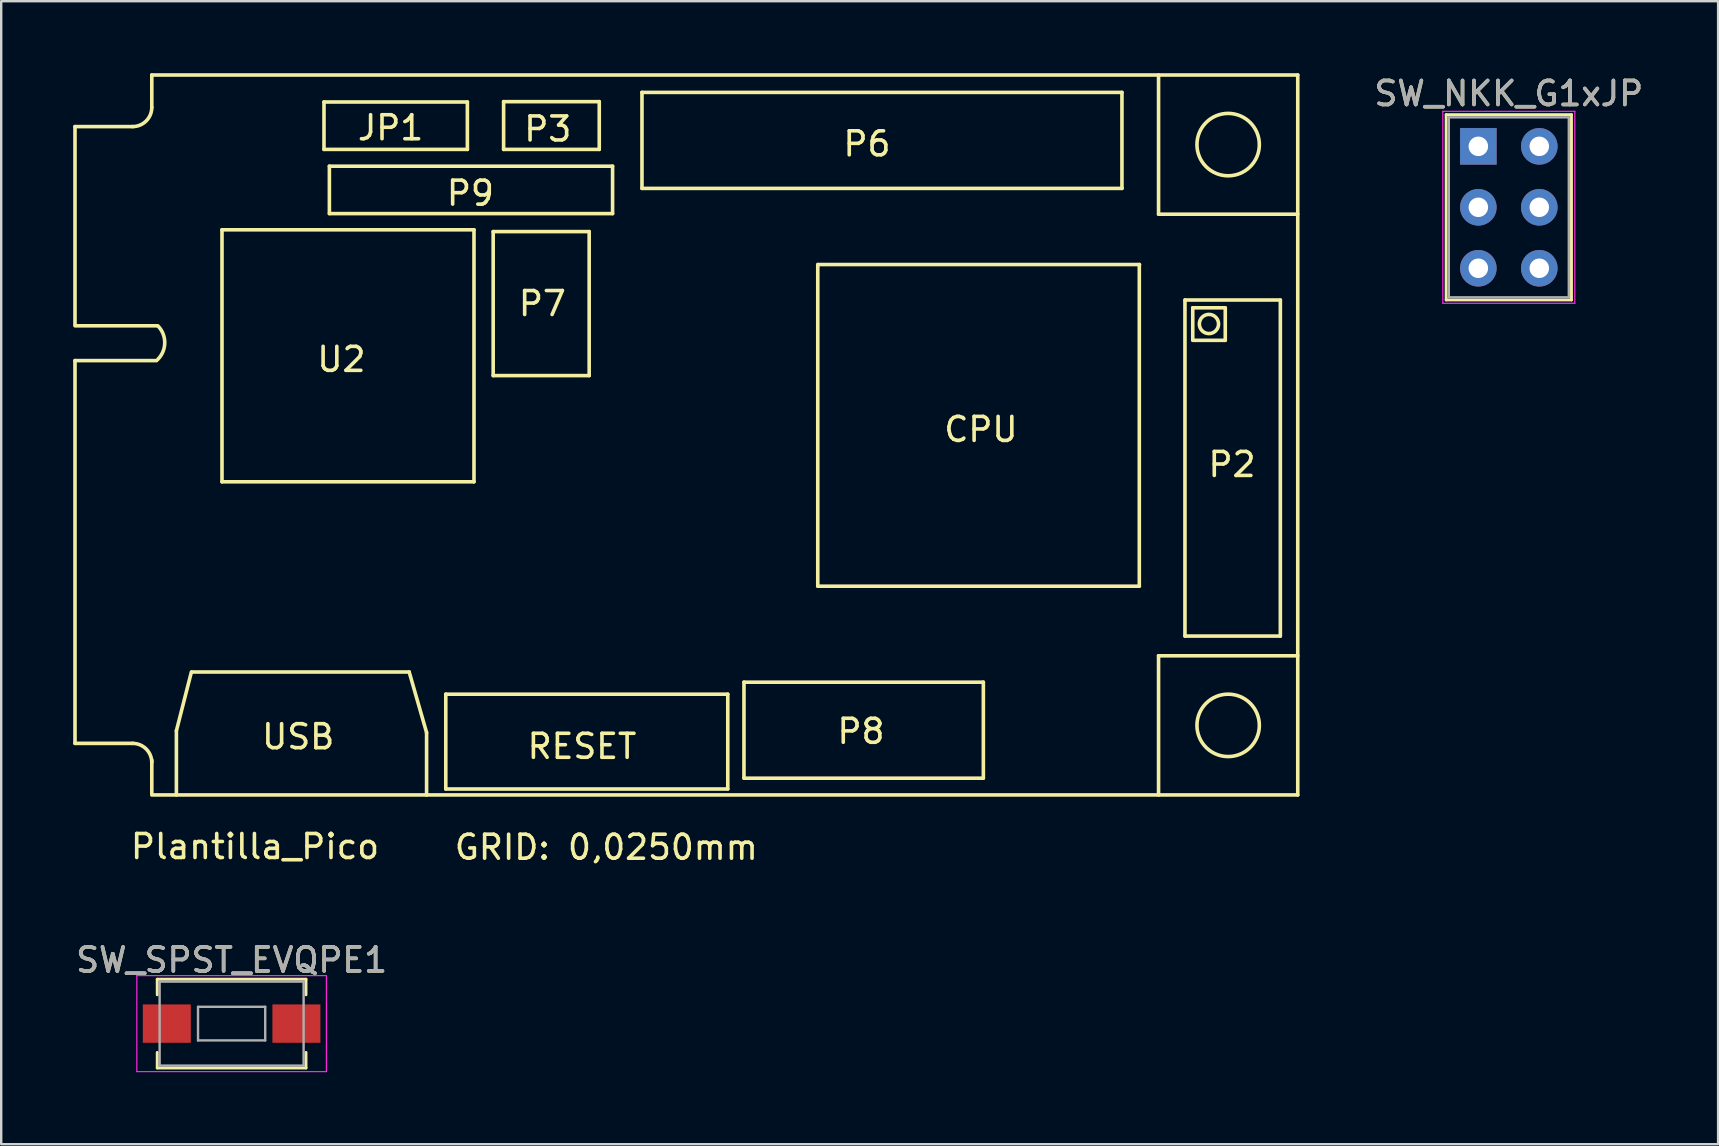
<source format=kicad_pcb>
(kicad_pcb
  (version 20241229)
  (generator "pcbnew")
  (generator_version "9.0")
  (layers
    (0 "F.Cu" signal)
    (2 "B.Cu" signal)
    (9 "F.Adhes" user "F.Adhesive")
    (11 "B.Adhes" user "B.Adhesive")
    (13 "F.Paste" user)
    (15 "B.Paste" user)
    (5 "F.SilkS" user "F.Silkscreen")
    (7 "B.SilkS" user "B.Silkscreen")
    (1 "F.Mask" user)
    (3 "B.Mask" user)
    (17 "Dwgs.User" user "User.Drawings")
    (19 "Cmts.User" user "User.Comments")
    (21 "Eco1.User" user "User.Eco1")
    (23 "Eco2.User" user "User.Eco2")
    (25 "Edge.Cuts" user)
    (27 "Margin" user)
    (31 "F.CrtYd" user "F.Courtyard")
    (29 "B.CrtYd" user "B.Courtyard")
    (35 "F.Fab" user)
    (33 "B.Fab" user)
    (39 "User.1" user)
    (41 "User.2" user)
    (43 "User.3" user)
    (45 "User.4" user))
  (footprint "Plantilla_Pico"
    (layer "F.Cu")
    (at 47.265 10.455)
    (property "Reference" "Plantilla_Pico" (at -39.69 21.77 0) (layer "F.SilkS") (effects (font (size 1 1) (thickness 0.15))))
    (attr through_hole)
    (fp_line (start -47.19 -8.23) (end -44.79 -8.23) (stroke (width 0.15) (type solid)) (layer "F.SilkS"))
    (fp_line (start -47.19 0.02) (end -47.19 -8.23) (stroke (width 0.15) (type solid)) (layer "F.SilkS"))
    (fp_line (start -47.19 0.07) (end -43.79 0.07) (stroke (width 0.15) (type solid)) (layer "F.SilkS"))
    (fp_line (start -47.19 1.52) (end -43.79 1.52) (stroke (width 0.15) (type solid)) (layer "F.SilkS"))
    (fp_line (start -47.19 17.47) (end -47.19 1.52) (stroke (width 0.15) (type solid)) (layer "F.SilkS"))
    (fp_line (start -47.19 17.47) (end -44.79 17.47) (stroke (width 0.15) (type solid)) (layer "F.SilkS"))
    (fp_line (start -43.99 -10.38) (end 3.76 -10.38) (stroke (width 0.15) (type solid)) (layer "F.SilkS"))
    (fp_line (start -43.99 -9.03) (end -43.99 -10.38) (stroke (width 0.15) (type solid)) (layer "F.SilkS"))
    (fp_line (start -43.99 19.57) (end -43.99 18.17) (stroke (width 0.15) (type solid)) (layer "F.SilkS"))
    (fp_line (start -42.965 19.62) (end -42.965 16.945) (stroke (width 0.15) (type solid)) (layer "F.SilkS"))
    (fp_line (start -42.34 14.495) (end -42.965 16.945) (stroke (width 0.15) (type solid)) (layer "F.SilkS"))
    (fp_line (start -42.315 14.495) (end -33.265 14.495) (stroke (width 0.15) (type solid)) (layer "F.SilkS"))
    (fp_line (start -41.065 -3.93) (end -41.065 6.57) (stroke (width 0.15) (type solid)) (layer "F.SilkS"))
    (fp_line (start -41.065 -3.93) (end -30.565 -3.93) (stroke (width 0.15) (type solid)) (layer "F.SilkS"))
    (fp_line (start -41.065 6.57) (end -30.565 6.57) (stroke (width 0.15) (type solid)) (layer "F.SilkS"))
    (fp_line (start -36.815 -9.255) (end -36.815 -7.28) (stroke (width 0.15) (type solid)) (layer "F.SilkS"))
    (fp_line (start -36.815 -9.255) (end -30.84 -9.255) (stroke (width 0.15) (type solid)) (layer "F.SilkS"))
    (fp_line (start -36.815 -7.28) (end -30.84 -7.28) (stroke (width 0.15) (type solid)) (layer "F.SilkS"))
    (fp_line (start -36.59 -6.58) (end -36.59 -4.605) (stroke (width 0.15) (type solid)) (layer "F.SilkS"))
    (fp_line (start -36.59 -6.58) (end -24.79 -6.58) (stroke (width 0.15) (type solid)) (layer "F.SilkS"))
    (fp_line (start -33.265 14.495) (end -32.54 17.02) (stroke (width 0.15) (type solid)) (layer "F.SilkS"))
    (fp_line (start -32.54 17.02) (end -32.54 19.62) (stroke (width 0.15) (type solid)) (layer "F.SilkS"))
    (fp_line (start -31.74 15.42) (end -31.74 19.37) (stroke (width 0.15) (type solid)) (layer "F.SilkS"))
    (fp_line (start -31.74 15.42) (end -19.99 15.42) (stroke (width 0.15) (type solid)) (layer "F.SilkS"))
    (fp_line (start -31.74 19.37) (end -19.99 19.37) (stroke (width 0.15) (type solid)) (layer "F.SilkS"))
    (fp_line (start -30.84 -9.255) (end -30.84 -7.28) (stroke (width 0.15) (type solid)) (layer "F.SilkS"))
    (fp_line (start -30.565 -3.93) (end -30.565 6.57) (stroke (width 0.15) (type solid)) (layer "F.SilkS"))
    (fp_line (start -29.765 -3.855) (end -25.765 -3.855) (stroke (width 0.15) (type solid)) (layer "F.SilkS"))
    (fp_line (start -29.765 2.145) (end -29.765 -3.855) (stroke (width 0.15) (type solid)) (layer "F.SilkS"))
    (fp_line (start -29.765 2.145) (end -25.765 2.145) (stroke (width 0.15) (type solid)) (layer "F.SilkS"))
    (fp_line (start -29.33 -9.27) (end -29.33 -7.28) (stroke (width 0.15) (type solid)) (layer "F.SilkS"))
    (fp_line (start -29.33 -9.27) (end -25.345 -9.27) (stroke (width 0.15) (type solid)) (layer "F.SilkS"))
    (fp_line (start -29.33 -7.28) (end -25.345 -7.28) (stroke (width 0.15) (type solid)) (layer "F.SilkS"))
    (fp_line (start -25.765 2.145) (end -25.765 -3.855) (stroke (width 0.15) (type solid)) (layer "F.SilkS"))
    (fp_line (start -25.345 -9.27) (end -25.345 -7.28) (stroke (width 0.15) (type solid)) (layer "F.SilkS"))
    (fp_line (start -24.79 -6.58) (end -24.79 -4.605) (stroke (width 0.15) (type solid)) (layer "F.SilkS"))
    (fp_line (start -24.79 -4.605) (end -36.59 -4.605) (stroke (width 0.15) (type solid)) (layer "F.SilkS"))
    (fp_line (start -23.569 -9.655) (end -3.565 -9.655) (stroke (width 0.15) (type solid)) (layer "F.SilkS"))
    (fp_line (start -23.565 -9.655) (end -23.565 -5.655) (stroke (width 0.15) (type solid)) (layer "F.SilkS"))
    (fp_line (start -19.99 15.42) (end -19.99 19.37) (stroke (width 0.15) (type solid)) (layer "F.SilkS"))
    (fp_line (start -19.315 14.92) (end -19.315 18.92) (stroke (width 0.15) (type solid)) (layer "F.SilkS"))
    (fp_line (start -19.315 14.92) (end -9.34 14.92) (stroke (width 0.15) (type solid)) (layer "F.SilkS"))
    (fp_line (start -16.24 -2.48) (end -16.24 10.92) (stroke (width 0.15) (type solid)) (layer "F.SilkS"))
    (fp_line (start -16.233 -2.482) (end -2.833 -2.482) (stroke (width 0.15) (type solid)) (layer "F.SilkS"))
    (fp_line (start -9.34 18.92) (end -19.315 18.92) (stroke (width 0.15) (type solid)) (layer "F.SilkS"))
    (fp_line (start -9.34 18.92) (end -9.34 14.92) (stroke (width 0.15) (type solid)) (layer "F.SilkS"))
    (fp_line (start -3.565 -5.655) (end -3.565 -9.655) (stroke (width 0.15) (type solid)) (layer "F.SilkS"))
    (fp_line (start -3.561 -5.655) (end -23.565 -5.655) (stroke (width 0.15) (type solid)) (layer "F.SilkS"))
    (fp_line (start -2.842 10.918) (end -2.842 -2.482) (stroke (width 0.15) (type solid)) (layer "F.SilkS"))
    (fp_line (start -2.84 10.92) (end -16.24 10.92) (stroke (width 0.15) (type solid)) (layer "F.SilkS"))
    (fp_line (start -2.04 -4.58) (end -2.04 -10.38) (stroke (width 0.15) (type solid)) (layer "F.SilkS"))
    (fp_line (start -2.04 -4.58) (end 3.76 -4.58) (stroke (width 0.15) (type solid)) (layer "F.SilkS"))
    (fp_line (start -2.04 13.82) (end -2.04 19.62) (stroke (width 0.15) (type solid)) (layer "F.SilkS"))
    (fp_line (start -2.04 13.82) (end 3.76 13.82) (stroke (width 0.15) (type solid)) (layer "F.SilkS"))
    (fp_line (start -0.94 -1.005) (end -0.94 12.995) (stroke (width 0.15) (type solid)) (layer "F.SilkS"))
    (fp_line (start -0.935 -1.005) (end 3.035 -1.005) (stroke (width 0.15) (type solid)) (layer "F.SilkS"))
    (fp_line (start -0.615 -0.68) (end -0.615 0.67) (stroke (width 0.15) (type solid)) (layer "F.SilkS"))
    (fp_line (start -0.615 -0.68) (end 0.735 -0.68) (stroke (width 0.15) (type solid)) (layer "F.SilkS"))
    (fp_line (start 0.74 0.675) (end -0.61 0.675) (stroke (width 0.15) (type solid)) (layer "F.SilkS"))
    (fp_line (start 0.74 0.675) (end 0.74 -0.675) (stroke (width 0.15) (type solid)) (layer "F.SilkS"))
    (fp_line (start 3.03 13) (end -0.94 13) (stroke (width 0.15) (type solid)) (layer "F.SilkS"))
    (fp_line (start 3.035 13) (end 3.035 -1) (stroke (width 0.15) (type solid)) (layer "F.SilkS"))
    (fp_line (start 3.76 19.62) (end -43.99 19.62) (stroke (width 0.15) (type solid)) (layer "F.SilkS"))
    (fp_line (start 3.76 19.62) (end 3.76 -10.38) (stroke (width 0.15) (type solid)) (layer "F.SilkS"))
    (fp_arc (start -44.79 17.47) (mid -44.224315 17.704315) (end -43.99 18.27) (stroke (width 0.15) (type solid)) (layer "F.SilkS"))
    (fp_arc (start -43.99 -9.03) (mid -44.224315 -8.464315) (end -44.79 -8.23) (stroke (width 0.15) (type solid)) (layer "F.SilkS"))
    (fp_arc (start -43.74 0.07) (mid -43.450051 0.77) (end -43.74 1.47) (stroke (width 0.15) (type solid)) (layer "F.SilkS"))
    (fp_circle (center 0.06 -0.005) (end 0.46 -0.005) (stroke (width 0.15) (type solid)) (fill no) (layer "F.SilkS"))
    (fp_circle (center 0.86 -7.48) (end 2.16 -7.48) (stroke (width 0.15) (type solid)) (fill no) (layer "F.SilkS"))
    (fp_circle (center 0.86 16.72) (end 2.16 16.72) (stroke (width 0.15) (type solid)) (fill no) (layer "F.SilkS"))
    (fp_text user "P2" (at 1.02 5.85 0) (layer "F.SilkS") (effects (font (size 1 1) (thickness 0.15))))
    (fp_text user "USB" (at -37.89 17.195 0) (layer "F.SilkS") (effects (font (size 1 1) (thickness 0.15))))
    (fp_text user "P7" (at -27.715 -0.855 0) (layer "F.SilkS") (effects (font (size 1 1) (thickness 0.15))))
    (fp_text user "P8" (at -14.44 16.97 0) (layer "F.SilkS") (effects (font (size 1 1) (thickness 0.15))))
    (fp_text user "CPU" (at -9.44 4.39 0) (layer "F.SilkS") (effects (font (size 1 1) (thickness 0.15))))
    (fp_text user "RESET" (at -26.065 17.595 0) (layer "F.SilkS") (effects (font (size 1 1) (thickness 0.15))))
    (fp_text user "JP1" (at -34.04 -8.18 0) (layer "F.SilkS") (effects (font (size 1 1) (thickness 0.15))))
    (fp_text user "P6" (at -14.19 -7.51 0) (layer "F.SilkS") (effects (font (size 1 1) (thickness 0.15))))
    (fp_text user "U2" (at -36.09 1.47 0) (layer "F.SilkS") (effects (font (size 1 1) (thickness 0.15))))
    (fp_text user "P9" (at -30.715 -5.455 0) (layer "F.SilkS") (effects (font (size 1 1) (thickness 0.15))))
    (fp_text user "GRID: 0,0250mm" (at -25.05 21.8 0) (layer "F.SilkS") (effects (font (size 1 1) (thickness 0.15))))
    (fp_text user "P3" (at -27.49 -8.13 0) (layer "F.SilkS") (effects (font (size 1 1) (thickness 0.15)))))
  (footprint "SW_SPST_EVQPE1"
    (layer "F.Cu")
    (at 6.601 39.602)
    (property "Reference" "SW_SPST_EVQPE1" (at 0 -2.65 0) (layer "F.SilkS") (effects (font (size 1 1) (thickness 0.15))))
    (attr smd)
    (fp_line (start -3.1 -1.85) (end -3.1 -1.2) (stroke (width 0.12) (type solid)) (layer "F.SilkS"))
    (fp_line (start -3.1 1.2) (end -3.1 1.85) (stroke (width 0.12) (type solid)) (layer "F.SilkS"))
    (fp_line (start -3.1 1.85) (end 3.1 1.85) (stroke (width 0.12) (type solid)) (layer "F.SilkS"))
    (fp_line (start 3.1 -1.85) (end -3.1 -1.85) (stroke (width 0.12) (type solid)) (layer "F.SilkS"))
    (fp_line (start 3.1 -1.85) (end 3.1 -1.2) (stroke (width 0.12) (type solid)) (layer "F.SilkS"))
    (fp_line (start 3.1 1.85) (end 3.1 1.2) (stroke (width 0.12) (type solid)) (layer "F.SilkS"))
    (fp_line (start -3.95 -2) (end 3.95 -2) (stroke (width 0.05) (type solid)) (layer "F.CrtYd"))
    (fp_line (start -3.95 2) (end -3.95 -2) (stroke (width 0.05) (type solid)) (layer "F.CrtYd"))
    (fp_line (start 3.95 -2) (end 3.95 2) (stroke (width 0.05) (type solid)) (layer "F.CrtYd"))
    (fp_line (start 3.95 2) (end -3.95 2) (stroke (width 0.05) (type solid)) (layer "F.CrtYd"))
    (fp_line (start -3 -1.75) (end 3 -1.75) (stroke (width 0.1) (type solid)) (layer "F.Fab"))
    (fp_line (start -3 1.75) (end -3 -1.75) (stroke (width 0.1) (type solid)) (layer "F.Fab"))
    (fp_line (start -1.4 -0.7) (end 1.4 -0.7) (stroke (width 0.1) (type solid)) (layer "F.Fab"))
    (fp_line (start -1.4 0.7) (end -1.4 -0.7) (stroke (width 0.1) (type solid)) (layer "F.Fab"))
    (fp_line (start 1.4 -0.7) (end 1.4 0.7) (stroke (width 0.1) (type solid)) (layer "F.Fab"))
    (fp_line (start 1.4 0.7) (end -1.4 0.7) (stroke (width 0.1) (type solid)) (layer "F.Fab"))
    (fp_line (start 3 -1.75) (end 3 1.75) (stroke (width 0.1) (type solid)) (layer "F.Fab"))
    (fp_line (start 3 1.75) (end -3 1.75) (stroke (width 0.1) (type solid)) (layer "F.Fab"))
    (fp_text user "${REFERENCE}" (at 0 -2.65 0) (layer "F.Fab") (effects (font (size 1 1) (thickness 0.15))))
    (pad "1" smd rect (at -2.7 0) (size 2 1.6) (layers "F.Cu" "F.Mask" "F.Paste"))
    (pad "2" smd rect (at 2.7 0) (size 2 1.6) (layers "F.Cu" "F.Mask" "F.Paste")))
  (footprint "SW_NKK_G1xJP"
    (layer "F.Cu")
    (at 58.55 3.048)
    (property "Reference" "SW_NKK_G1xJP" (at 1.27 -2.2 0) (layer "F.SilkS") (effects (font (size 1 1) (thickness 0.15))))
    (attr through_hole)
    (fp_line (start -1.341 -1.321) (end 3.881 -1.321) (stroke (width 0.12) (type solid)) (layer "F.SilkS"))
    (fp_line (start -1.341 6.401) (end -1.341 -1.321) (stroke (width 0.12) (type solid)) (layer "F.SilkS"))
    (fp_line (start -1.341 6.401) (end 3.881 6.401) (stroke (width 0.12) (type solid)) (layer "F.SilkS"))
    (fp_line (start 3.881 -1.321) (end 3.881 6.401) (stroke (width 0.12) (type solid)) (layer "F.SilkS"))
    (fp_line (start -1.48 6.54) (end -1.48 -1.46) (stroke (width 0.05) (type solid)) (layer "F.CrtYd"))
    (fp_line (start -1.48 6.54) (end 4.02 6.54) (stroke (width 0.05) (type solid)) (layer "F.CrtYd"))
    (fp_line (start 4.02 -1.46) (end -1.48 -1.46) (stroke (width 0.05) (type solid)) (layer "F.CrtYd"))
    (fp_line (start 4.02 -1.46) (end 4.02 6.54) (stroke (width 0.05) (type solid)) (layer "F.CrtYd"))
    (fp_line (start -1.23 -1.21) (end 3.77 -1.21) (stroke (width 0.1) (type solid)) (layer "F.Fab"))
    (fp_line (start -1.23 6.29) (end -1.23 -1.21) (stroke (width 0.1) (type solid)) (layer "F.Fab"))
    (fp_line (start -1.23 6.29) (end 3.77 6.29) (stroke (width 0.1) (type solid)) (layer "F.Fab"))
    (fp_line (start 3.77 6.29) (end 3.77 -1.21) (stroke (width 0.1) (type solid)) (layer "F.Fab"))
    (fp_text user "${REFERENCE}" (at 1.27 -2.2 0) (layer "F.Fab") (effects (font (size 1 1) (thickness 0.15))))
    (pad "1" thru_hole rect (at 0 0) (size 1.524 1.524) (drill 0.813) (layers "*.Cu" "*.Mask"))
    (pad "2" thru_hole circle (at 0 2.54) (size 1.524 1.524) (drill 0.813) (layers "*.Cu" "*.Mask"))
    (pad "3" thru_hole circle (at 0 5.08) (size 1.524 1.524) (drill 0.813) (layers "*.Cu" "*.Mask"))
    (pad "4" thru_hole circle (at 2.54 5.08) (size 1.524 1.524) (drill 0.813) (layers "*.Cu" "*.Mask"))
    (pad "5" thru_hole circle (at 2.54 2.54) (size 1.524 1.524) (drill 0.813) (layers "*.Cu" "*.Mask"))
    (pad "6" thru_hole circle (at 2.54 0) (size 1.524 1.524) (drill 0.813) (layers "*.Cu" "*.Mask")))
  (gr_rect
    (start -3 -3)
    (end 68.54 44.627)
    (stroke (width 0.1) (type default))
    (fill no)
    (layer "Edge.Cuts")))
</source>
